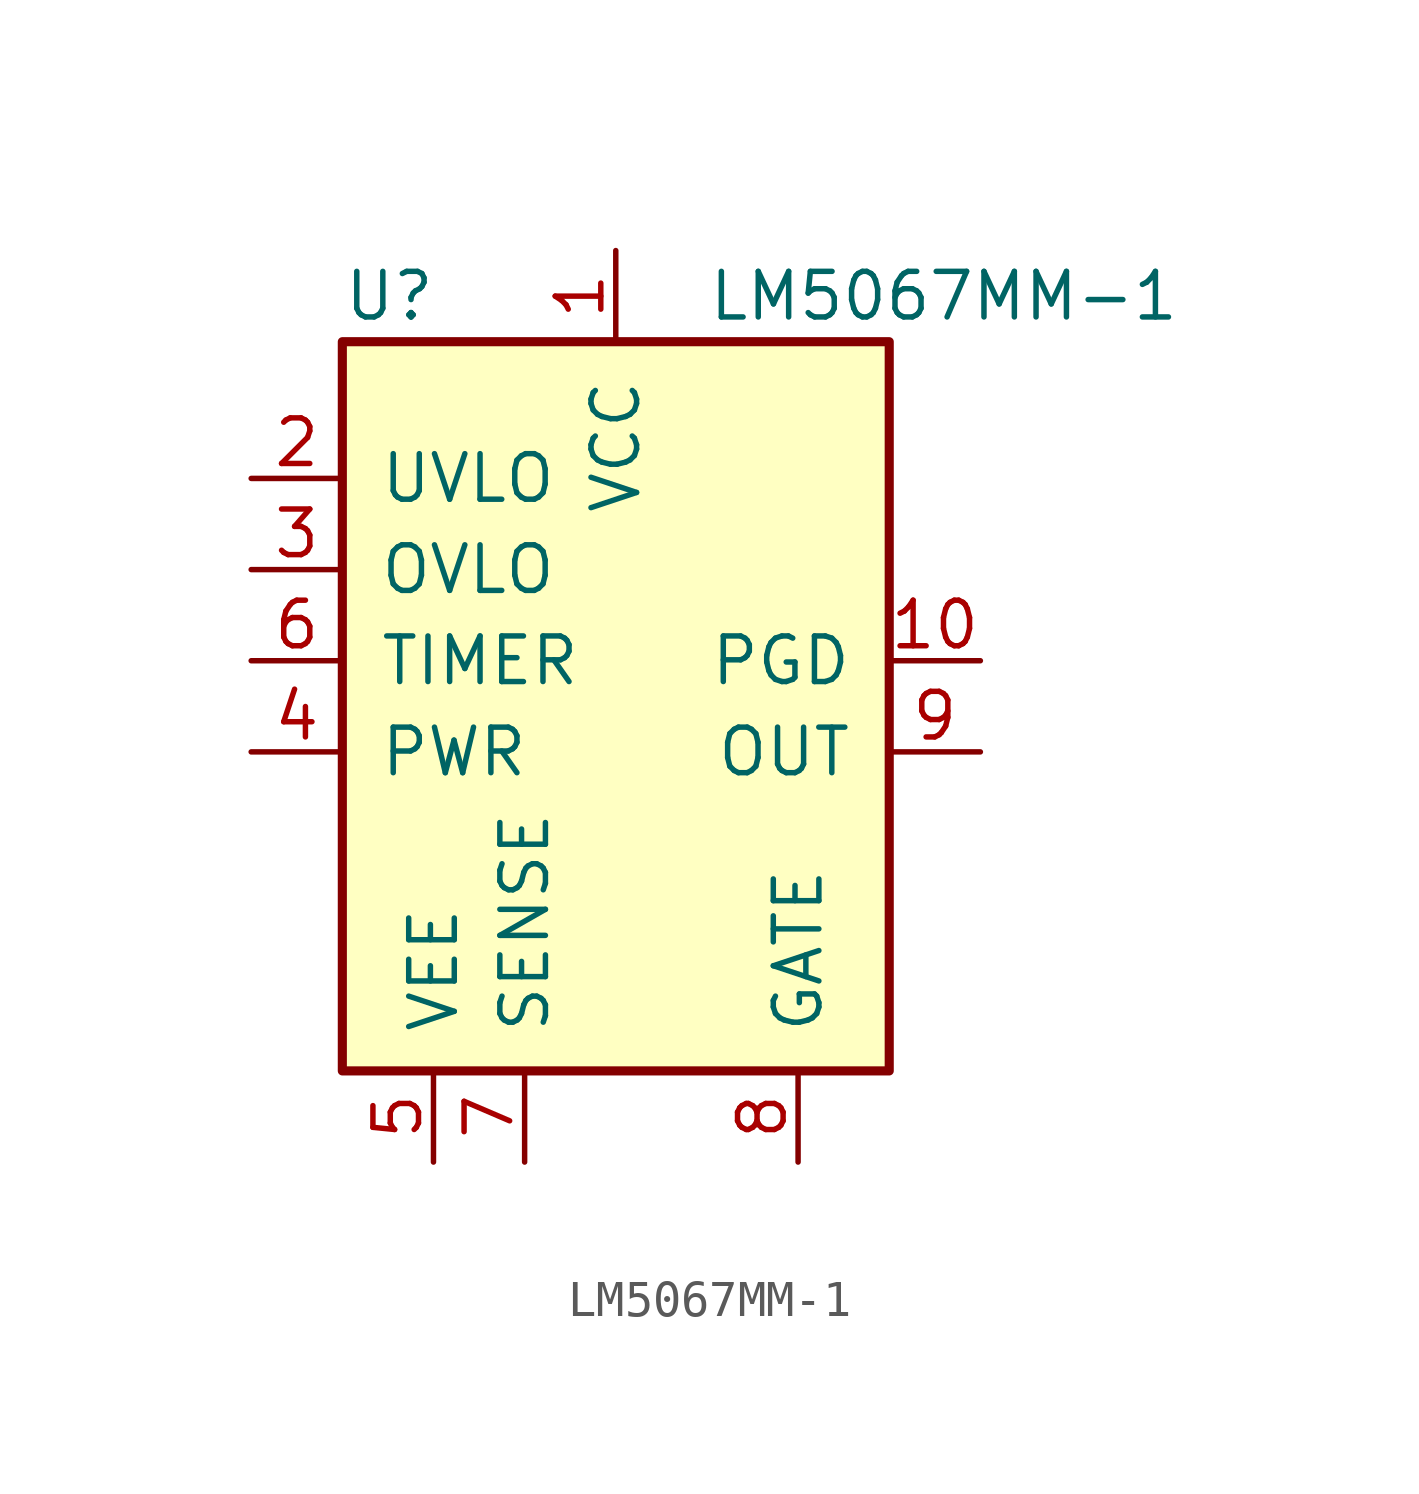
<source format=kicad_sym>
(kicad_symbol_lib
  (version 20231120)
  (generator "kicad_symbol_editor")
  (generator_version "8.0")
  (symbol "LM5067MM-1"
    (pin_names
      (offset 1.016))
    (property "Reference" "U"
      (at -7.62 11.43 0)
      (effects (font (size 1.27 1.27)) (justify left)))
    (property "Value" "LM5067MM-1"
      (at 2.54 11.43 0)
      (effects (font (size 1.27 1.27)) (justify left)))
    (symbol "LM5067MM-1_0_1"
      (rectangle (start -7.62 10.16) (end 7.62 -10.16) (stroke (width 0.254) (type default)) (fill (type background))))
    (symbol "LM5067MM-1_1_0"
      (pin power_in line (at -5.08 -12.7 90) (length 2.54) (name "VEE" (effects (font (size 1.27 1.27)))) (number "5" (effects (font (size 1.27 1.27))))))
    (symbol "LM5067MM-1_1_1"
      (pin power_in line (at 0 12.7 270) (length 2.54) (name "VCC" (effects (font (size 1.27 1.27)))) (number "1" (effects (font (size 1.27 1.27)))))
      (pin open_collector line (at 10.16 1.27 180) (length 2.54) (name "PGD" (effects (font (size 1.27 1.27)))) (number "10" (effects (font (size 1.27 1.27)))))
      (pin input line (at -10.16 6.35 0) (length 2.54) (name "UVLO" (effects (font (size 1.27 1.27)))) (number "2" (effects (font (size 1.27 1.27)))))
      (pin input line (at -10.16 3.81 0) (length 2.54) (name "OVLO" (effects (font (size 1.27 1.27)))) (number "3" (effects (font (size 1.27 1.27)))))
      (pin input line (at -10.16 -1.27 0) (length 2.54) (name "PWR" (effects (font (size 1.27 1.27)))) (number "4" (effects (font (size 1.27 1.27)))))
      (pin input line (at -10.16 1.27 0) (length 2.54) (name "TIMER" (effects (font (size 1.27 1.27)))) (number "6" (effects (font (size 1.27 1.27)))))
      (pin input line (at -2.54 -12.7 90) (length 2.54) (name "SENSE" (effects (font (size 1.27 1.27)))) (number "7" (effects (font (size 1.27 1.27)))))
      (pin output line (at 5.08 -12.7 90) (length 2.54) (name "GATE" (effects (font (size 1.27 1.27)))) (number "8" (effects (font (size 1.27 1.27)))))
      (pin input line (at 10.16 -1.27 180) (length 2.54) (name "OUT" (effects (font (size 1.27 1.27)))) (number "9" (effects (font (size 1.27 1.27))))))))
</source>
